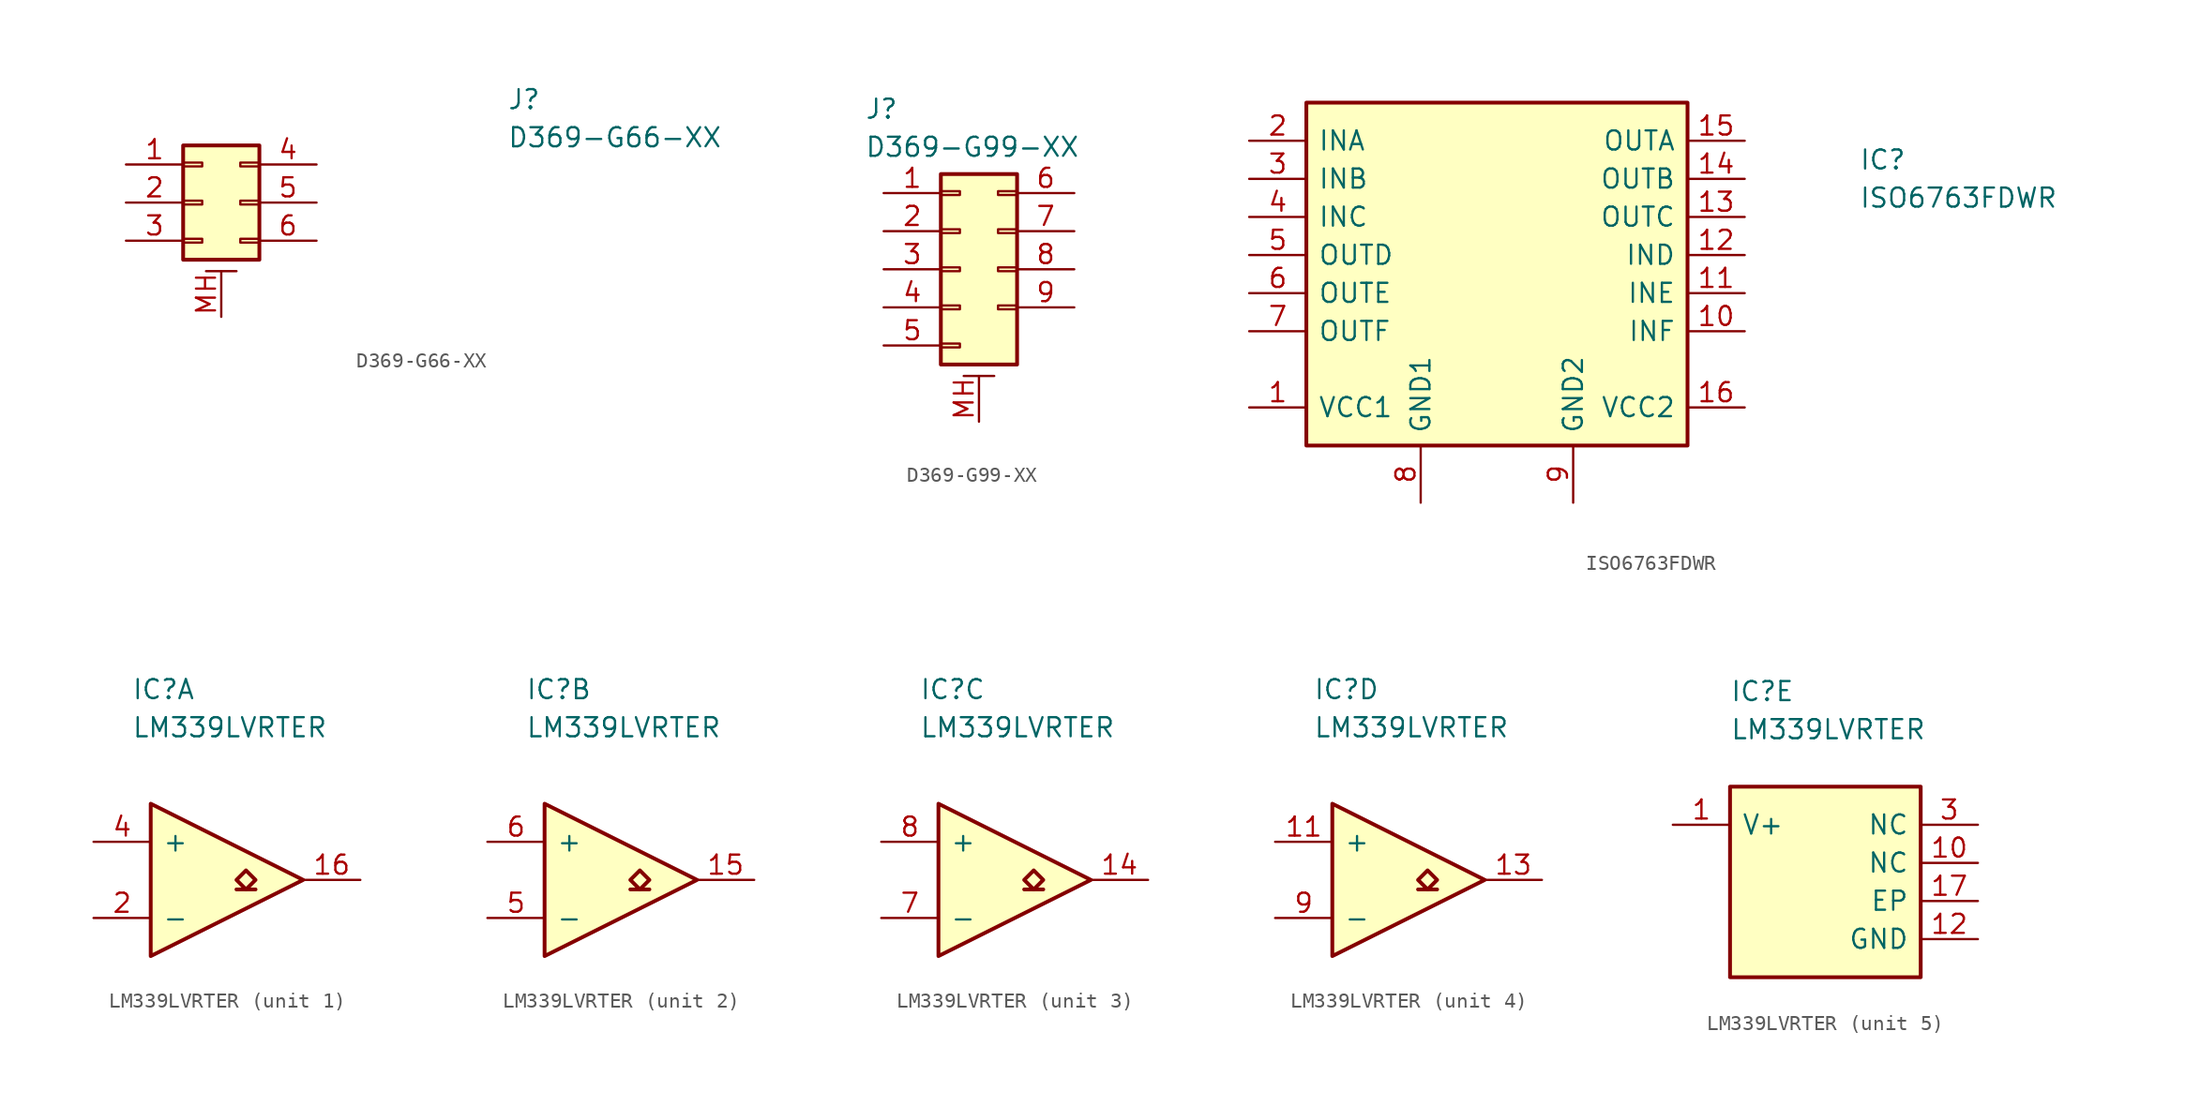
<source format=kicad_sym>
(kicad_symbol_lib
  (version 20220914)
  (generator kicad_symbol_editor)
  (symbol "D369-G66-XX"
    (pin_names hide)
    (property "Reference" "J"
      (at 19.05 7.62 0)
      (effects (font (size 1.27 1.27)) (justify left top)))
    (property "Value" "D369-G66-XX"
      (at 19.05 5.08 0)
      (effects (font (size 1.27 1.27)) (justify left top)))
    (symbol "D369-G66-XX_1_1"
      (rectangle (start -2.54 -2.413) (end -1.27 -2.667) (stroke (width 0.152) (type default)) (fill (type none)))
      (rectangle (start -2.54 0.127) (end -1.27 -0.127) (stroke (width 0.152) (type default)) (fill (type none)))
      (rectangle (start -2.54 2.667) (end -1.27 2.413) (stroke (width 0.152) (type default)) (fill (type none)))
      (rectangle (start -2.54 3.81) (end 2.54 -3.81) (stroke (width 0.254) (type default)) (fill (type background)))
      (polyline (pts (xy -1.016 -4.572) (xy 1.016 -4.572)) (stroke (width 0.152) (type default)) (fill (type none)))
      (rectangle (start 2.54 -2.413) (end 1.27 -2.667) (stroke (width 0.152) (type default)) (fill (type none)))
      (rectangle (start 2.54 0.127) (end 1.27 -0.127) (stroke (width 0.152) (type default)) (fill (type none)))
      (rectangle (start 2.54 2.667) (end 1.27 2.413) (stroke (width 0.152) (type default)) (fill (type none)))
      (pin passive line (at -6.35 2.54 0) (length 3.81) (name "Pin_1" (effects (font (size 1.27 1.27)))) (number "1" (effects (font (size 1.27 1.27)))))
      (pin passive line (at -6.35 0 0) (length 3.81) (name "Pin_2" (effects (font (size 1.27 1.27)))) (number "2" (effects (font (size 1.27 1.27)))))
      (pin passive line (at -6.35 -2.54 0) (length 3.81) (name "Pin_3" (effects (font (size 1.27 1.27)))) (number "3" (effects (font (size 1.27 1.27)))))
      (pin passive line (at 6.35 2.54 180) (length 3.81) (name "Pin_4" (effects (font (size 1.27 1.27)))) (number "4" (effects (font (size 1.27 1.27)))))
      (pin passive line (at 6.35 0 180) (length 3.81) (name "Pin_5" (effects (font (size 1.27 1.27)))) (number "5" (effects (font (size 1.27 1.27)))))
      (pin passive line (at 6.35 -2.54 180) (length 3.81) (name "Pin_6" (effects (font (size 1.27 1.27)))) (number "6" (effects (font (size 1.27 1.27)))))
      (pin passive line (at 0 -7.62 90) (length 3.048) (name "MountPin" (effects (font (size 1.27 1.27)))) (number "MH" (effects (font (size 1.27 1.27)))))))
  (symbol "D369-G99-XX"
    (pin_names hide)
    (property "Reference" "J"
      (at -7.62 11.43 0)
      (effects (font (size 1.27 1.27)) (justify left top)))
    (property "Value" "D369-G99-XX"
      (at -7.62 8.89 0)
      (effects (font (size 1.27 1.27)) (justify left top)))
    (symbol "D369-G99-XX_1_1"
      (rectangle (start -2.54 -4.953) (end -1.27 -5.207) (stroke (width 0.152) (type default)) (fill (type none)))
      (rectangle (start -2.54 -2.413) (end -1.27 -2.667) (stroke (width 0.152) (type default)) (fill (type none)))
      (rectangle (start -2.54 0.127) (end -1.27 -0.127) (stroke (width 0.152) (type default)) (fill (type none)))
      (rectangle (start -2.54 2.667) (end -1.27 2.413) (stroke (width 0.152) (type default)) (fill (type none)))
      (rectangle (start -2.54 5.207) (end -1.27 4.953) (stroke (width 0.152) (type default)) (fill (type none)))
      (rectangle (start -2.54 6.35) (end 2.54 -6.35) (stroke (width 0.254) (type default)) (fill (type background)))
      (polyline (pts (xy -1.016 -7.112) (xy 1.016 -7.112)) (stroke (width 0.152) (type default)) (fill (type none)))
      (rectangle (start 2.54 -2.413) (end 1.27 -2.667) (stroke (width 0.152) (type default)) (fill (type none)))
      (rectangle (start 2.54 0.127) (end 1.27 -0.127) (stroke (width 0.152) (type default)) (fill (type none)))
      (rectangle (start 2.54 2.667) (end 1.27 2.413) (stroke (width 0.152) (type default)) (fill (type none)))
      (rectangle (start 2.54 5.207) (end 1.27 4.953) (stroke (width 0.152) (type default)) (fill (type none)))
      (pin passive line (at -6.35 5.08 0) (length 3.81) (name "Pin_1" (effects (font (size 1.27 1.27)))) (number "1" (effects (font (size 1.27 1.27)))))
      (pin passive line (at -6.35 2.54 0) (length 3.81) (name "Pin_2" (effects (font (size 1.27 1.27)))) (number "2" (effects (font (size 1.27 1.27)))))
      (pin passive line (at -6.35 0 0) (length 3.81) (name "Pin_3" (effects (font (size 1.27 1.27)))) (number "3" (effects (font (size 1.27 1.27)))))
      (pin passive line (at -6.35 -2.54 0) (length 3.81) (name "Pin_4" (effects (font (size 1.27 1.27)))) (number "4" (effects (font (size 1.27 1.27)))))
      (pin passive line (at -6.35 -5.08 0) (length 3.81) (name "Pin_5" (effects (font (size 1.27 1.27)))) (number "5" (effects (font (size 1.27 1.27)))))
      (pin passive line (at 6.35 5.08 180) (length 3.81) (name "Pin_6" (effects (font (size 1.27 1.27)))) (number "6" (effects (font (size 1.27 1.27)))))
      (pin passive line (at 6.35 2.54 180) (length 3.81) (name "Pin_7" (effects (font (size 1.27 1.27)))) (number "7" (effects (font (size 1.27 1.27)))))
      (pin passive line (at 6.35 0 180) (length 3.81) (name "Pin_8" (effects (font (size 1.27 1.27)))) (number "8" (effects (font (size 1.27 1.27)))))
      (pin passive line (at 6.35 -2.54 180) (length 3.81) (name "Pin_9" (effects (font (size 1.27 1.27)))) (number "9" (effects (font (size 1.27 1.27)))))
      (pin passive line (at 0 -10.16 90) (length 3.048) (name "MountPin" (effects (font (size 1.27 1.27)))) (number "MH" (effects (font (size 1.27 1.27)))))))
  (symbol "ISO6763FDWR"
    (pin_names
      (offset 0.762))
    (property "Reference" "IC"
      (at 24.13 7.62 0)
      (effects (font (size 1.27 1.27)) (justify left)))
    (property "Value" "ISO6763FDWR"
      (at 24.13 5.08 0)
      (effects (font (size 1.27 1.27)) (justify left)))
    (symbol "ISO6763FDWR_1_1"
      (polyline (pts (xy -12.7 11.43) (xy 12.7 11.43) (xy 12.7 -11.43) (xy -12.7 -11.43) (xy -12.7 11.43)) (stroke (width 0.254) (type default)) (fill (type background)))
      (pin passive line (at -16.51 -8.89 0) (length 3.81) (name "VCC1" (effects (font (size 1.27 1.27)))) (number "1" (effects (font (size 1.27 1.27)))))
      (pin passive line (at 16.51 -3.81 180) (length 3.81) (name "INF" (effects (font (size 1.27 1.27)))) (number "10" (effects (font (size 1.27 1.27)))))
      (pin passive line (at 16.51 -1.27 180) (length 3.81) (name "INE" (effects (font (size 1.27 1.27)))) (number "11" (effects (font (size 1.27 1.27)))))
      (pin passive line (at 16.51 1.27 180) (length 3.81) (name "IND" (effects (font (size 1.27 1.27)))) (number "12" (effects (font (size 1.27 1.27)))))
      (pin passive line (at 16.51 3.81 180) (length 3.81) (name "OUTC" (effects (font (size 1.27 1.27)))) (number "13" (effects (font (size 1.27 1.27)))))
      (pin passive line (at 16.51 6.35 180) (length 3.81) (name "OUTB" (effects (font (size 1.27 1.27)))) (number "14" (effects (font (size 1.27 1.27)))))
      (pin passive line (at 16.51 8.89 180) (length 3.81) (name "OUTA" (effects (font (size 1.27 1.27)))) (number "15" (effects (font (size 1.27 1.27)))))
      (pin passive line (at 16.51 -8.89 180) (length 3.81) (name "VCC2" (effects (font (size 1.27 1.27)))) (number "16" (effects (font (size 1.27 1.27)))))
      (pin passive line (at -16.51 8.89 0) (length 3.81) (name "INA" (effects (font (size 1.27 1.27)))) (number "2" (effects (font (size 1.27 1.27)))))
      (pin passive line (at -16.51 6.35 0) (length 3.81) (name "INB" (effects (font (size 1.27 1.27)))) (number "3" (effects (font (size 1.27 1.27)))))
      (pin passive line (at -16.51 3.81 0) (length 3.81) (name "INC" (effects (font (size 1.27 1.27)))) (number "4" (effects (font (size 1.27 1.27)))))
      (pin passive line (at -16.51 1.27 0) (length 3.81) (name "OUTD" (effects (font (size 1.27 1.27)))) (number "5" (effects (font (size 1.27 1.27)))))
      (pin passive line (at -16.51 -1.27 0) (length 3.81) (name "OUTE" (effects (font (size 1.27 1.27)))) (number "6" (effects (font (size 1.27 1.27)))))
      (pin passive line (at -16.51 -3.81 0) (length 3.81) (name "OUTF" (effects (font (size 1.27 1.27)))) (number "7" (effects (font (size 1.27 1.27)))))
      (pin passive line (at -5.08 -15.24 90) (length 3.81) (name "GND1" (effects (font (size 1.27 1.27)))) (number "8" (effects (font (size 1.27 1.27)))))
      (pin passive line (at 5.08 -15.24 90) (length 3.81) (name "GND2" (effects (font (size 1.27 1.27)))) (number "9" (effects (font (size 1.27 1.27)))))))
  (symbol "LM339LVRTER"
    (pin_names
      (offset 0.762))
    (property "Reference" "IC"
      (at -6.35 12.7 0)
      (effects (font (size 1.27 1.27)) (justify left)))
    (property "Value" "LM339LVRTER"
      (at -6.35 10.16 0)
      (effects (font (size 1.27 1.27)) (justify left)))
    (property "ki_locked" ""
      (at 0 0 0)
      (effects (font (size 1.27 1.27))))
    (symbol "LM339LVRTER_1_1"
      (polyline (pts (xy 0.635 -0.635) (xy 1.905 -0.635)) (stroke (width 0.254) (type default)) (fill (type background)))
      (polyline (pts (xy -5.08 5.08) (xy 5.08 0) (xy -5.08 -5.08) (xy -5.08 5.08)) (stroke (width 0.254) (type default)) (fill (type background)))
      (polyline (pts (xy 1.27 0.635) (xy 0.635 0) (xy 1.27 -0.635) (xy 1.905 0) (xy 1.27 0.635)) (stroke (width 0.254) (type default)) (fill (type background)))
      (pin passive line (at 8.89 0 180) (length 3.81) (name "" (effects (font (size 1.27 1.27)))) (number "16" (effects (font (size 1.27 1.27)))))
      (pin passive line (at -8.89 -2.54 0) (length 3.81) (name "-" (effects (font (size 1.27 1.27)))) (number "2" (effects (font (size 1.27 1.27)))))
      (pin passive line (at -8.89 2.54 0) (length 3.81) (name "+" (effects (font (size 1.27 1.27)))) (number "4" (effects (font (size 1.27 1.27))))))
    (symbol "LM339LVRTER_2_1"
      (polyline (pts (xy 0.635 -0.635) (xy 1.905 -0.635)) (stroke (width 0.254) (type default)) (fill (type background)))
      (polyline (pts (xy -5.08 5.08) (xy 5.08 0) (xy -5.08 -5.08) (xy -5.08 5.08)) (stroke (width 0.254) (type default)) (fill (type background)))
      (polyline (pts (xy 1.27 0.635) (xy 0.635 0) (xy 1.27 -0.635) (xy 1.905 0) (xy 1.27 0.635)) (stroke (width 0.254) (type default)) (fill (type background)))
      (pin passive line (at 8.89 0 180) (length 3.81) (name "" (effects (font (size 1.27 1.27)))) (number "15" (effects (font (size 1.27 1.27)))))
      (pin passive line (at -8.89 -2.54 0) (length 3.81) (name "-" (effects (font (size 1.27 1.27)))) (number "5" (effects (font (size 1.27 1.27)))))
      (pin passive line (at -8.89 2.54 0) (length 3.81) (name "+" (effects (font (size 1.27 1.27)))) (number "6" (effects (font (size 1.27 1.27))))))
    (symbol "LM339LVRTER_3_0"
      (pin passive line (at -8.89 2.54 0) (length 3.81) (name "+" (effects (font (size 1.27 1.27)))) (number "8" (effects (font (size 1.27 1.27))))))
    (symbol "LM339LVRTER_3_1"
      (polyline (pts (xy 0.635 -0.635) (xy 1.905 -0.635)) (stroke (width 0.254) (type default)) (fill (type background)))
      (polyline (pts (xy -5.08 5.08) (xy 5.08 0) (xy -5.08 -5.08) (xy -5.08 5.08)) (stroke (width 0.254) (type default)) (fill (type background)))
      (polyline (pts (xy 1.27 0.635) (xy 0.635 0) (xy 1.27 -0.635) (xy 1.905 0) (xy 1.27 0.635)) (stroke (width 0.254) (type default)) (fill (type background)))
      (pin passive line (at 8.89 0 180) (length 3.81) (name "" (effects (font (size 1.27 1.27)))) (number "14" (effects (font (size 1.27 1.27)))))
      (pin passive line (at -8.89 -2.54 0) (length 3.81) (name "-" (effects (font (size 1.27 1.27)))) (number "7" (effects (font (size 1.27 1.27))))))
    (symbol "LM339LVRTER_4_1"
      (polyline (pts (xy 0.635 -0.635) (xy 1.905 -0.635)) (stroke (width 0.254) (type default)) (fill (type background)))
      (polyline (pts (xy -5.08 5.08) (xy 5.08 0) (xy -5.08 -5.08) (xy -5.08 5.08)) (stroke (width 0.254) (type default)) (fill (type background)))
      (polyline (pts (xy 1.27 0.635) (xy 0.635 0) (xy 1.27 -0.635) (xy 1.905 0) (xy 1.27 0.635)) (stroke (width 0.254) (type default)) (fill (type background)))
      (pin passive line (at -8.89 2.54 0) (length 3.81) (name "+" (effects (font (size 1.27 1.27)))) (number "11" (effects (font (size 1.27 1.27)))))
      (pin passive line (at 8.89 0 180) (length 3.81) (name "" (effects (font (size 1.27 1.27)))) (number "13" (effects (font (size 1.27 1.27)))))
      (pin passive line (at -8.89 -2.54 0) (length 3.81) (name "-" (effects (font (size 1.27 1.27)))) (number "9" (effects (font (size 1.27 1.27))))))
    (symbol "LM339LVRTER_5_1"
      (polyline (pts (xy -6.35 6.35) (xy 6.35 6.35) (xy 6.35 -6.35) (xy -6.35 -6.35) (xy -6.35 6.35)) (stroke (width 0.254) (type solid)) (fill (type background)))
      (pin passive line (at -10.16 3.81 0) (length 3.81) (name "V+" (effects (font (size 1.27 1.27)))) (number "1" (effects (font (size 1.27 1.27)))))
      (pin passive line (at 10.16 1.27 180) (length 3.81) (name "NC" (effects (font (size 1.27 1.27)))) (number "10" (effects (font (size 1.27 1.27)))))
      (pin passive line (at 10.16 -3.81 180) (length 3.81) (name "GND" (effects (font (size 1.27 1.27)))) (number "12" (effects (font (size 1.27 1.27)))))
      (pin passive line (at 10.16 -1.27 180) (length 3.81) (name "EP" (effects (font (size 1.27 1.27)))) (number "17" (effects (font (size 1.27 1.27)))))
      (pin passive line (at 10.16 3.81 180) (length 3.81) (name "NC" (effects (font (size 1.27 1.27)))) (number "3" (effects (font (size 1.27 1.27))))))))
</source>
